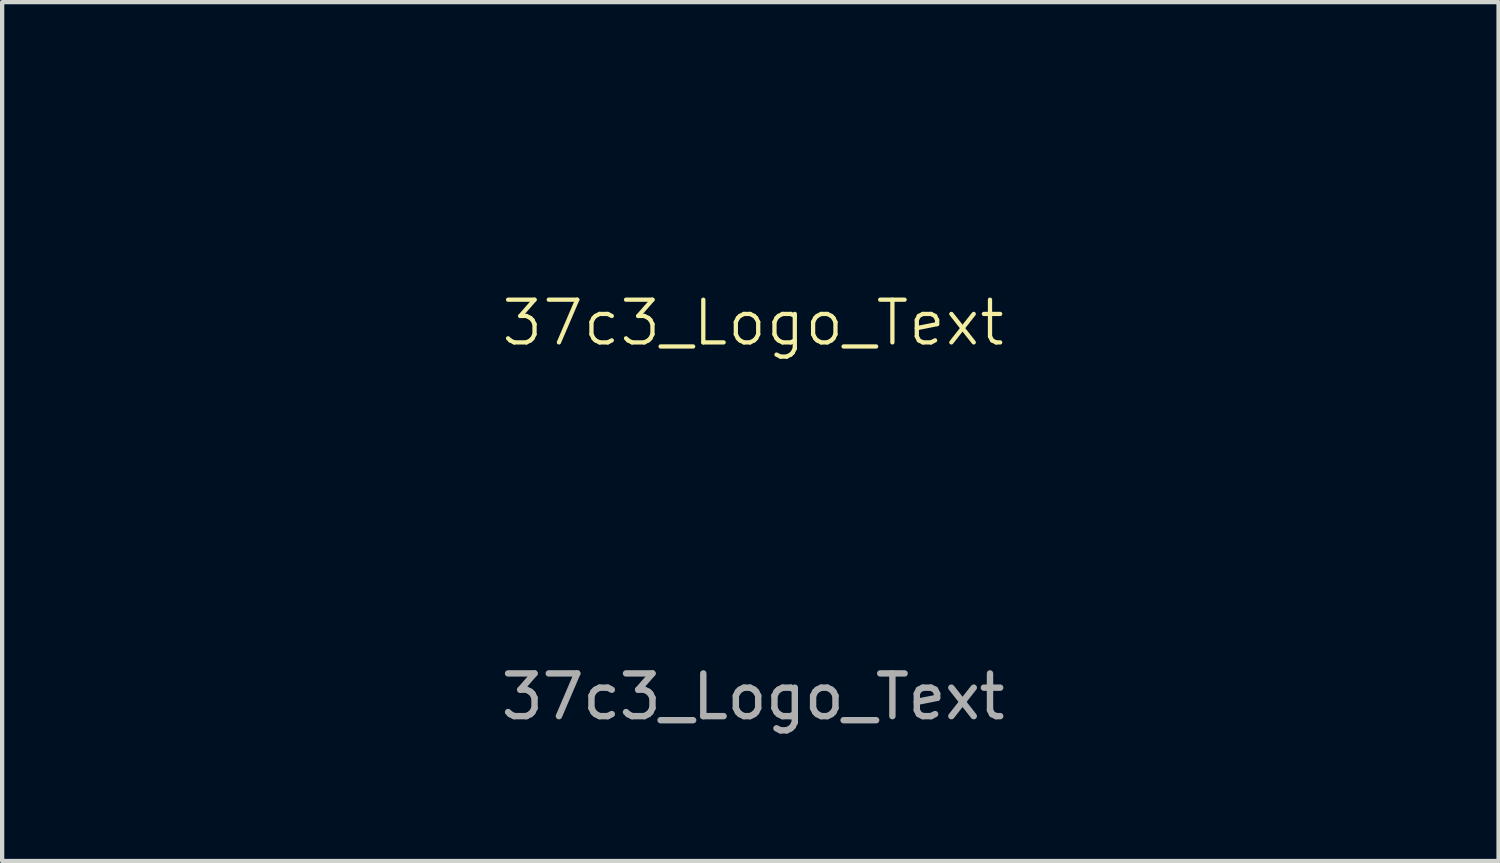
<source format=kicad_pcb>
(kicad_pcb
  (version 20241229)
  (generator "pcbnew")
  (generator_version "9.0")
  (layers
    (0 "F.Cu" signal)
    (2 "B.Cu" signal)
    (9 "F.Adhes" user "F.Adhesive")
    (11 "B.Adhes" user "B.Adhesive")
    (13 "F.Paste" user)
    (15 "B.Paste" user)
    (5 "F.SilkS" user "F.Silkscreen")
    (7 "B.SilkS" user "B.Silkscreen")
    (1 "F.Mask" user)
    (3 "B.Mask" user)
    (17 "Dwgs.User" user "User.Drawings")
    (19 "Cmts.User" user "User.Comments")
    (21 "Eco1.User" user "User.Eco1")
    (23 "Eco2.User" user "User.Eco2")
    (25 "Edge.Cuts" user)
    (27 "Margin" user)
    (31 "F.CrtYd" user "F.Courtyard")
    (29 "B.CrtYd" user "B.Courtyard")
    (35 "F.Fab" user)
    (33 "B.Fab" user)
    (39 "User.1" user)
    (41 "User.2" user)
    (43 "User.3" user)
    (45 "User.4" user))
  (footprint "37c3_Logo_Text"
    (layer "F.Cu")
    (at 14.587 5.011)
    (property "Reference" "37c3_Logo_Text" (at 0 -0.5 0) (unlocked yes) (layer "F.SilkS") (effects (font (size 1 1) (thickness 0.1))))
    (attr smd)
    (fp_poly (pts (xy -6.488 3.52) (xy -6.488 4.495) (xy -5.852 4.495) (xy -5.592 4.497) (xy -5.408 4.503) (xy -5.29 4.514) (xy -5.229 4.53) (xy -5.215 4.548) (xy -5.204 4.63) (xy -5.189 4.696) (xy -5.163 4.792) (xy -5.995 4.792) (xy -6.827 4.792) (xy -6.827 3.668) (xy -6.827 2.544) (xy -6.657 2.544) (xy -6.488 2.544)) (stroke (width 0) (type solid)) (fill yes) (layer "F.Mask"))
    (fp_poly (pts (xy 10.347 2.693) (xy 10.347 2.841) (xy 9.689 2.841) (xy 9.032 2.841) (xy 9.032 3.18) (xy 9.032 3.52) (xy 9.52 3.52) (xy 10.007 3.52) (xy 10.007 3.668) (xy 10.007 3.816) (xy 9.52 3.816) (xy 9.032 3.816) (xy 9.032 4.156) (xy 9.032 4.495) (xy 9.689 4.495) (xy 10.347 4.495) (xy 10.347 4.643) (xy 10.347 4.792) (xy 9.541 4.792) (xy 8.735 4.792) (xy 8.735 3.668) (xy 8.735 2.544) (xy 9.541 2.544) (xy 10.347 2.544)) (stroke (width 0) (type solid)) (fill yes) (layer "F.Mask"))
    (fp_poly (pts (xy -0.832 -4.871) (xy -0.825 -4.792) (xy -0.818 -4.641) (xy -0.812 -4.434) (xy -0.808 -4.183) (xy -0.806 -3.903) (xy -0.806 -3.745) (xy -0.806 -2.752) (xy -2.043 -0.697) (xy -3.28 1.357) (xy -4.932 1.357) (xy -5.362 1.356) (xy -5.715 1.355) (xy -5.995 1.352) (xy -6.21 1.347) (xy -6.366 1.341) (xy -6.469 1.333) (xy -6.526 1.322) (xy -6.543 1.309) (xy -6.541 1.304) (xy -6.51 1.257) (xy -6.439 1.147) (xy -6.335 0.982) (xy -6.203 0.772) (xy -6.049 0.524) (xy -5.877 0.249) (xy -5.693 -0.045) (xy -5.503 -0.35) (xy -5.313 -0.657) (xy -5.127 -0.956) (xy -4.952 -1.239) (xy -4.792 -1.497) (xy -4.654 -1.721) (xy -4.542 -1.903) (xy -4.463 -2.033) (xy -4.424 -2.099) (xy -4.365 -2.207) (xy -4.33 -2.284) (xy -4.326 -2.3) (xy -4.366 -2.308) (xy -4.483 -2.314) (xy -4.665 -2.32) (xy -4.904 -2.325) (xy -5.19 -2.329) (xy -5.513 -2.331) (xy -5.866 -2.332) (xy -5.873 -2.332) (xy -7.421 -2.332) (xy -7.421 -3.668) (xy -7.421 -5.004) (xy -4.14 -5.004) (xy -0.859 -5.004)) (stroke (width 0) (type solid)) (fill yes) (layer "F.Mask"))
    (fp_poly (pts (xy 7.046 -4.911) (xy 7.049 -4.845) (xy 7.052 -4.706) (xy 7.053 -4.504) (xy 7.053 -4.251) (xy 7.052 -3.957) (xy 7.05 -3.634) (xy 7.049 -3.467) (xy 7.037 -2.121) (xy 4.886 -2.11) (xy 2.735 -2.099) (xy 2.723 -1.712) (xy 2.718 -1.529) (xy 2.721 -1.414) (xy 2.734 -1.349) (xy 2.761 -1.316) (xy 2.807 -1.3) (xy 2.808 -1.299) (xy 2.869 -1.294) (xy 3.005 -1.289) (xy 3.21 -1.285) (xy 3.473 -1.281) (xy 3.787 -1.278) (xy 4.142 -1.275) (xy 4.53 -1.273) (xy 4.942 -1.273) (xy 4.972 -1.273) (xy 7.039 -1.272) (xy 7.039 0.042) (xy 7.039 1.357) (xy 4.611 1.35) (xy 4.161 1.349) (xy 3.732 1.347) (xy 3.334 1.344) (xy 2.974 1.342) (xy 2.66 1.339) (xy 2.401 1.336) (xy 2.204 1.333) (xy 2.078 1.33) (xy 2.035 1.328) (xy 1.533 1.244) (xy 1.091 1.102) (xy 0.711 0.902) (xy 0.392 0.643) (xy 0.132 0.324) (xy -0.069 -0.054) (xy -0.117 -0.179) (xy -0.208 -0.456) (xy -0.275 -0.723) (xy -0.319 -1.002) (xy -0.345 -1.314) (xy -0.355 -1.679) (xy -0.356 -1.866) (xy -0.33 -2.462) (xy -0.257 -2.989) (xy -0.136 -3.45) (xy 0.036 -3.847) (xy 0.259 -4.183) (xy 0.535 -4.459) (xy 0.866 -4.68) (xy 1.252 -4.846) (xy 1.445 -4.904) (xy 1.51 -4.919) (xy 1.585 -4.932) (xy 1.679 -4.943) (xy 1.798 -4.953) (xy 1.948 -4.961) (xy 2.137 -4.968) (xy 2.372 -4.973) (xy 2.658 -4.978) (xy 3.003 -4.982) (xy 3.414 -4.986) (xy 3.897 -4.99) (xy 4.375 -4.993) (xy 7.033 -5.008)) (stroke (width 0) (type solid)) (fill yes) (layer "F.Mask"))
    (fp_poly (pts (xy -14.248 3.435) (xy -14.247 3.735) (xy -14.244 3.961) (xy -14.239 4.123) (xy -14.23 4.23) (xy -14.218 4.292) (xy -14.2 4.32) (xy -14.184 4.325) (xy -14.132 4.361) (xy -14.121 4.41) (xy -14.113 4.452) (xy -14.081 4.478) (xy -14.006 4.49) (xy -13.871 4.495) (xy -13.781 4.495) (xy -13.612 4.493) (xy -13.511 4.485) (xy -13.46 4.466) (xy -13.443 4.432) (xy -13.442 4.41) (xy -13.412 4.339) (xy -13.357 4.325) (xy -13.329 4.322) (xy -13.308 4.305) (xy -13.293 4.264) (xy -13.283 4.188) (xy -13.277 4.067) (xy -13.274 3.889) (xy -13.273 3.645) (xy -13.272 3.435) (xy -13.272 2.544) (xy -13.127 2.544) (xy -13.073 2.544) (xy -13.032 2.551) (xy -13.001 2.574) (xy -12.98 2.623) (xy -12.967 2.708) (xy -12.961 2.838) (xy -12.96 3.024) (xy -12.962 3.274) (xy -12.966 3.599) (xy -12.967 3.615) (xy -12.972 3.915) (xy -12.978 4.14) (xy -12.986 4.301) (xy -12.997 4.406) (xy -13.011 4.467) (xy -13.03 4.492) (xy -13.041 4.495) (xy -13.095 4.529) (xy -13.103 4.562) (xy -13.138 4.627) (xy -13.188 4.652) (xy -13.257 4.695) (xy -13.272 4.733) (xy -13.289 4.759) (xy -13.348 4.777) (xy -13.462 4.787) (xy -13.641 4.791) (xy -13.76 4.792) (xy -13.974 4.79) (xy -14.117 4.784) (xy -14.201 4.771) (xy -14.24 4.751) (xy -14.248 4.728) (xy -14.283 4.676) (xy -14.333 4.664) (xy -14.403 4.634) (xy -14.417 4.58) (xy -14.447 4.509) (xy -14.502 4.495) (xy -14.529 4.492) (xy -14.55 4.476) (xy -14.565 4.437) (xy -14.575 4.365) (xy -14.582 4.25) (xy -14.585 4.081) (xy -14.587 3.848) (xy -14.587 3.541) (xy -14.587 3.52) (xy -14.587 2.544) (xy -14.417 2.544) (xy -14.248 2.544)) (stroke (width 0) (type solid)) (fill yes) (layer "F.Mask"))
    (fp_poly (pts (xy 13.477 2.545) (xy 13.652 2.549) (xy 13.766 2.557) (xy 13.831 2.571) (xy 13.861 2.591) (xy 13.866 2.612) (xy 13.902 2.676) (xy 13.951 2.702) (xy 14.02 2.746) (xy 14.036 2.786) (xy 14.071 2.847) (xy 14.121 2.871) (xy 14.15 2.883) (xy 14.172 2.908) (xy 14.187 2.958) (xy 14.197 3.044) (xy 14.202 3.179) (xy 14.205 3.373) (xy 14.205 3.638) (xy 14.205 3.694) (xy 14.204 3.981) (xy 14.201 4.193) (xy 14.194 4.34) (xy 14.183 4.433) (xy 14.167 4.481) (xy 14.147 4.495) (xy 14.09 4.53) (xy 14.066 4.58) (xy 14.019 4.649) (xy 13.976 4.664) (xy 13.917 4.696) (xy 13.909 4.726) (xy 13.894 4.751) (xy 13.845 4.769) (xy 13.747 4.782) (xy 13.591 4.792) (xy 13.365 4.798) (xy 13.293 4.8) (xy 13.071 4.804) (xy 12.879 4.805) (xy 12.733 4.804) (xy 12.648 4.801) (xy 12.636 4.799) (xy 12.622 4.752) (xy 12.612 4.627) (xy 12.603 4.428) (xy 12.597 4.161) (xy 12.594 3.831) (xy 12.594 3.664) (xy 12.594 2.841) (xy 12.933 2.841) (xy 12.933 3.668) (xy 12.933 4.495) (xy 13.336 4.495) (xy 13.523 4.494) (xy 13.641 4.487) (xy 13.706 4.473) (xy 13.734 4.448) (xy 13.739 4.41) (xy 13.769 4.339) (xy 13.824 4.325) (xy 13.856 4.321) (xy 13.879 4.3) (xy 13.894 4.25) (xy 13.903 4.158) (xy 13.907 4.012) (xy 13.908 3.799) (xy 13.909 3.685) (xy 13.908 3.439) (xy 13.905 3.264) (xy 13.897 3.149) (xy 13.884 3.079) (xy 13.864 3.043) (xy 13.835 3.026) (xy 13.828 3.024) (xy 13.75 2.969) (xy 13.726 2.922) (xy 13.707 2.883) (xy 13.664 2.859) (xy 13.581 2.847) (xy 13.439 2.842) (xy 13.319 2.841) (xy 12.933 2.841) (xy 12.594 2.841) (xy 12.594 2.544) (xy 13.23 2.544)) (stroke (width 0) (type solid)) (fill yes) (layer "F.Mask"))
    (fp_poly (pts (xy -10.389 2.777) (xy -10.385 2.912) (xy -10.369 2.982) (xy -10.334 3.008) (xy -10.304 3.011) (xy -10.233 3.041) (xy -10.219 3.095) (xy -10.189 3.166) (xy -10.135 3.18) (xy -10.064 3.21) (xy -10.05 3.265) (xy -10.02 3.336) (xy -9.965 3.35) (xy -9.894 3.38) (xy -9.88 3.435) (xy -9.854 3.504) (xy -9.817 3.52) (xy -9.761 3.554) (xy -9.753 3.587) (xy -9.717 3.652) (xy -9.672 3.676) (xy -9.594 3.731) (xy -9.57 3.778) (xy -9.523 3.845) (xy -9.481 3.859) (xy -9.455 3.849) (xy -9.437 3.814) (xy -9.425 3.739) (xy -9.418 3.615) (xy -9.414 3.428) (xy -9.414 3.202) (xy -9.414 2.544) (xy -9.244 2.544) (xy -9.074 2.544) (xy -9.074 3.668) (xy -9.074 4.792) (xy -9.244 4.792) (xy -9.414 4.792) (xy -9.414 4.558) (xy -9.417 4.424) (xy -9.433 4.353) (xy -9.469 4.328) (xy -9.498 4.325) (xy -9.569 4.295) (xy -9.583 4.24) (xy -9.608 4.172) (xy -9.642 4.156) (xy -9.699 4.12) (xy -9.723 4.071) (xy -9.767 4.002) (xy -9.808 3.986) (xy -9.868 3.95) (xy -9.892 3.901) (xy -9.939 3.832) (xy -9.982 3.816) (xy -10.041 3.784) (xy -10.05 3.753) (xy -10.085 3.701) (xy -10.135 3.689) (xy -10.205 3.659) (xy -10.219 3.604) (xy -10.249 3.533) (xy -10.304 3.52) (xy -10.337 3.524) (xy -10.36 3.545) (xy -10.375 3.595) (xy -10.384 3.688) (xy -10.388 3.835) (xy -10.389 4.05) (xy -10.389 4.151) (xy -10.389 4.394) (xy -10.392 4.565) (xy -10.398 4.678) (xy -10.411 4.745) (xy -10.432 4.78) (xy -10.462 4.795) (xy -10.486 4.8) (xy -10.585 4.808) (xy -10.634 4.802) (xy -10.651 4.774) (xy -10.664 4.697) (xy -10.674 4.565) (xy -10.68 4.371) (xy -10.684 4.108) (xy -10.686 3.769) (xy -10.686 3.664) (xy -10.686 2.544) (xy -10.537 2.544) (xy -10.389 2.544)) (stroke (width 0) (type solid)) (fill yes) (layer "F.Mask"))
    (fp_poly (pts (xy 10.272 -4.992) (xy 10.81 -4.988) (xy 11.27 -4.984) (xy 11.659 -4.979) (xy 11.984 -4.974) (xy 12.253 -4.968) (xy 12.473 -4.962) (xy 12.651 -4.954) (xy 12.793 -4.944) (xy 12.908 -4.933) (xy 13.001 -4.92) (xy 13.081 -4.905) (xy 13.103 -4.901) (xy 13.477 -4.793) (xy 13.778 -4.657) (xy 14.016 -4.488) (xy 14.092 -4.414) (xy 14.232 -4.245) (xy 14.33 -4.072) (xy 14.393 -3.876) (xy 14.427 -3.638) (xy 14.438 -3.338) (xy 14.439 -3.308) (xy 14.433 -3.045) (xy 14.41 -2.844) (xy 14.365 -2.681) (xy 14.289 -2.534) (xy 14.175 -2.38) (xy 14.142 -2.34) (xy 14.002 -2.217) (xy 13.801 -2.096) (xy 13.563 -1.988) (xy 13.311 -1.904) (xy 13.125 -1.863) (xy 12.959 -1.833) (xy 12.861 -1.804) (xy 12.816 -1.771) (xy 12.806 -1.733) (xy 12.839 -1.666) (xy 12.89 -1.654) (xy 12.994 -1.64) (xy 13.152 -1.604) (xy 13.338 -1.553) (xy 13.527 -1.495) (xy 13.694 -1.436) (xy 13.803 -1.39) (xy 14.046 -1.229) (xy 14.249 -1.018) (xy 14.345 -0.869) (xy 14.4 -0.71) (xy 14.438 -0.495) (xy 14.457 -0.25) (xy 14.456 -0.001) (xy 14.434 0.225) (xy 14.399 0.372) (xy 14.285 0.617) (xy 14.114 0.822) (xy 13.882 0.99) (xy 13.585 1.124) (xy 13.217 1.226) (xy 12.775 1.298) (xy 12.643 1.312) (xy 12.51 1.321) (xy 12.303 1.33) (xy 12.03 1.337) (xy 11.701 1.344) (xy 11.326 1.349) (xy 10.914 1.353) (xy 10.476 1.356) (xy 10.019 1.357) (xy 9.981 1.357) (xy 7.758 1.357) (xy 7.77 0.329) (xy 7.781 -0.7) (xy 9.509 -0.711) (xy 11.237 -0.722) (xy 11.237 -0.912) (xy 11.23 -1.033) (xy 11.206 -1.09) (xy 11.163 -1.102) (xy 11.075 -1.105) (xy 10.921 -1.112) (xy 10.715 -1.123) (xy 10.47 -1.138) (xy 10.201 -1.154) (xy 9.921 -1.171) (xy 9.645 -1.189) (xy 9.384 -1.206) (xy 9.155 -1.222) (xy 8.969 -1.236) (xy 8.842 -1.247) (xy 8.788 -1.253) (xy 8.746 -1.267) (xy 8.718 -1.296) (xy 8.702 -1.357) (xy 8.695 -1.465) (xy 8.693 -1.636) (xy 8.693 -1.718) (xy 8.694 -1.918) (xy 8.7 -2.048) (xy 8.713 -2.122) (xy 8.735 -2.156) (xy 8.767 -2.163) (xy 8.829 -2.166) (xy 8.963 -2.173) (xy 9.156 -2.184) (xy 9.395 -2.198) (xy 9.669 -2.215) (xy 9.859 -2.226) (xy 10.155 -2.244) (xy 10.434 -2.26) (xy 10.679 -2.273) (xy 10.877 -2.283) (xy 11.014 -2.288) (xy 11.059 -2.289) (xy 11.242 -2.29) (xy 11.229 -2.491) (xy 11.216 -2.693) (xy 9.488 -2.704) (xy 7.76 -2.715) (xy 7.76 -3.863) (xy 7.76 -5.011)) (stroke (width 0) (type solid)) (fill yes) (layer "F.Mask"))
    (fp_poly (pts (xy -1.916 2.545) (xy -1.782 2.55) (xy -1.704 2.561) (xy -1.666 2.581) (xy -1.654 2.613) (xy -1.654 2.629) (xy -1.624 2.7) (xy -1.569 2.714) (xy -1.499 2.742) (xy -1.484 2.781) (xy -1.449 2.846) (xy -1.399 2.871) (xy -1.37 2.883) (xy -1.348 2.908) (xy -1.333 2.958) (xy -1.323 3.044) (xy -1.318 3.179) (xy -1.315 3.373) (xy -1.315 3.638) (xy -1.315 3.694) (xy -1.315 3.973) (xy -1.317 4.178) (xy -1.321 4.321) (xy -1.33 4.413) (xy -1.344 4.465) (xy -1.364 4.489) (xy -1.391 4.495) (xy -1.399 4.495) (xy -1.47 4.525) (xy -1.484 4.58) (xy -1.514 4.651) (xy -1.569 4.664) (xy -1.638 4.691) (xy -1.654 4.728) (xy -1.667 4.756) (xy -1.715 4.775) (xy -1.811 4.786) (xy -1.968 4.791) (xy -2.141 4.792) (xy -2.356 4.79) (xy -2.498 4.784) (xy -2.582 4.771) (xy -2.621 4.751) (xy -2.629 4.728) (xy -2.663 4.673) (xy -2.697 4.664) (xy -2.761 4.629) (xy -2.786 4.58) (xy -2.829 4.511) (xy -2.867 4.495) (xy -2.888 4.481) (xy -2.904 4.432) (xy -2.915 4.339) (xy -2.921 4.19) (xy -2.925 3.977) (xy -2.926 3.694) (xy -2.926 3.668) (xy -2.587 3.668) (xy -2.586 3.922) (xy -2.581 4.102) (xy -2.573 4.221) (xy -2.56 4.29) (xy -2.54 4.32) (xy -2.523 4.325) (xy -2.471 4.361) (xy -2.459 4.41) (xy -2.452 4.452) (xy -2.42 4.478) (xy -2.345 4.49) (xy -2.21 4.495) (xy -2.12 4.495) (xy -1.951 4.493) (xy -1.85 4.485) (xy -1.799 4.466) (xy -1.782 4.432) (xy -1.781 4.41) (xy -1.751 4.339) (xy -1.696 4.325) (xy -1.66 4.32) (xy -1.636 4.295) (xy -1.622 4.237) (xy -1.614 4.131) (xy -1.612 3.962) (xy -1.612 3.827) (xy -1.616 3.517) (xy -1.628 3.287) (xy -1.649 3.129) (xy -1.68 3.039) (xy -1.72 3.011) (xy -1.776 2.975) (xy -1.802 2.926) (xy -1.827 2.881) (xy -1.877 2.855) (xy -1.974 2.844) (xy -2.127 2.841) (xy -2.285 2.844) (xy -2.379 2.856) (xy -2.426 2.882) (xy -2.447 2.926) (xy -2.49 2.995) (xy -2.528 3.011) (xy -2.551 3.026) (xy -2.567 3.078) (xy -2.578 3.178) (xy -2.584 3.338) (xy -2.586 3.567) (xy -2.587 3.668) (xy -2.926 3.668) (xy -2.925 3.415) (xy -2.923 3.209) (xy -2.919 3.065) (xy -2.91 2.97) (xy -2.896 2.915) (xy -2.875 2.886) (xy -2.847 2.873) (xy -2.841 2.871) (xy -2.772 2.827) (xy -2.756 2.786) (xy -2.721 2.726) (xy -2.671 2.702) (xy -2.602 2.655) (xy -2.587 2.612) (xy -2.576 2.582) (xy -2.533 2.562) (xy -2.446 2.551) (xy -2.299 2.545) (xy -2.12 2.544)) (stroke (width 0) (type solid)) (fill yes) (layer "F.Mask"))
    (fp_poly (pts (xy 1.969 2.545) (xy 2.108 2.55) (xy 2.191 2.56) (xy 2.233 2.579) (xy 2.246 2.608) (xy 2.247 2.629) (xy 2.277 2.7) (xy 2.332 2.714) (xy 2.403 2.744) (xy 2.417 2.799) (xy 2.444 2.868) (xy 2.481 2.883) (xy 2.537 2.912) (xy 2.545 2.936) (xy 2.556 3.018) (xy 2.571 3.085) (xy 2.579 3.145) (xy 2.547 3.173) (xy 2.455 3.18) (xy 2.422 3.18) (xy 2.309 3.174) (xy 2.258 3.146) (xy 2.247 3.095) (xy 2.217 3.025) (xy 2.163 3.011) (xy 2.092 2.981) (xy 2.078 2.926) (xy 2.07 2.883) (xy 2.036 2.857) (xy 1.957 2.845) (xy 1.817 2.841) (xy 1.76 2.841) (xy 1.597 2.843) (xy 1.502 2.852) (xy 1.456 2.873) (xy 1.442 2.911) (xy 1.442 2.926) (xy 1.412 2.997) (xy 1.357 3.011) (xy 1.325 3.015) (xy 1.302 3.035) (xy 1.287 3.084) (xy 1.278 3.175) (xy 1.274 3.319) (xy 1.272 3.529) (xy 1.272 3.668) (xy 1.273 3.917) (xy 1.275 4.094) (xy 1.282 4.21) (xy 1.293 4.28) (xy 1.312 4.313) (xy 1.339 4.324) (xy 1.357 4.325) (xy 1.428 4.355) (xy 1.442 4.41) (xy 1.449 4.453) (xy 1.483 4.479) (xy 1.562 4.491) (xy 1.703 4.495) (xy 1.76 4.495) (xy 1.922 4.493) (xy 2.018 4.484) (xy 2.064 4.463) (xy 2.077 4.425) (xy 2.078 4.41) (xy 2.108 4.339) (xy 2.163 4.325) (xy 2.233 4.295) (xy 2.247 4.24) (xy 2.265 4.181) (xy 2.332 4.158) (xy 2.391 4.156) (xy 2.491 4.166) (xy 2.539 4.213) (xy 2.56 4.288) (xy 2.581 4.411) (xy 2.577 4.472) (xy 2.542 4.493) (xy 2.502 4.495) (xy 2.431 4.523) (xy 2.417 4.562) (xy 2.381 4.627) (xy 2.332 4.652) (xy 2.263 4.695) (xy 2.247 4.733) (xy 2.23 4.759) (xy 2.172 4.777) (xy 2.058 4.787) (xy 1.879 4.791) (xy 1.76 4.792) (xy 1.546 4.79) (xy 1.403 4.784) (xy 1.319 4.771) (xy 1.28 4.751) (xy 1.272 4.728) (xy 1.237 4.676) (xy 1.187 4.664) (xy 1.116 4.634) (xy 1.103 4.585) (xy 1.067 4.51) (xy 1.018 4.483) (xy 0.988 4.471) (xy 0.966 4.445) (xy 0.951 4.395) (xy 0.941 4.308) (xy 0.936 4.172) (xy 0.933 3.976) (xy 0.933 3.709) (xy 0.933 3.672) (xy 0.933 3.396) (xy 0.935 3.193) (xy 0.94 3.052) (xy 0.949 2.962) (xy 0.963 2.911) (xy 0.983 2.889) (xy 1.011 2.884) (xy 1.018 2.883) (xy 1.089 2.853) (xy 1.103 2.799) (xy 1.132 2.728) (xy 1.187 2.714) (xy 1.258 2.684) (xy 1.272 2.629) (xy 1.277 2.593) (xy 1.302 2.568) (xy 1.362 2.554) (xy 1.47 2.547) (xy 1.641 2.544) (xy 1.76 2.544)) (stroke (width 0) (type solid)) (fill yes) (layer "F.Mask"))
    (fp_poly (pts (xy 5.078 2.554) (xy 5.126 2.601) (xy 5.147 2.677) (xy 5.159 2.782) (xy 5.169 2.941) (xy 5.173 3.124) (xy 5.173 3.164) (xy 5.176 3.343) (xy 5.186 3.452) (xy 5.206 3.506) (xy 5.237 3.52) (xy 5.289 3.484) (xy 5.301 3.435) (xy 5.33 3.364) (xy 5.385 3.35) (xy 5.456 3.32) (xy 5.47 3.265) (xy 5.5 3.194) (xy 5.555 3.18) (xy 5.626 3.15) (xy 5.64 3.095) (xy 5.67 3.025) (xy 5.725 3.011) (xy 5.795 2.981) (xy 5.809 2.926) (xy 5.839 2.855) (xy 5.894 2.841) (xy 5.963 2.817) (xy 5.979 2.782) (xy 6.014 2.725) (xy 6.064 2.702) (xy 6.133 2.655) (xy 6.149 2.612) (xy 6.176 2.563) (xy 6.268 2.545) (xy 6.297 2.544) (xy 6.397 2.551) (xy 6.437 2.588) (xy 6.445 2.68) (xy 6.445 2.688) (xy 6.431 2.797) (xy 6.379 2.848) (xy 6.361 2.853) (xy 6.292 2.9) (xy 6.276 2.943) (xy 6.244 3.002) (xy 6.212 3.011) (xy 6.16 3.046) (xy 6.149 3.095) (xy 6.119 3.166) (xy 6.064 3.18) (xy 5.993 3.21) (xy 5.979 3.265) (xy 5.949 3.336) (xy 5.894 3.35) (xy 5.823 3.38) (xy 5.809 3.435) (xy 5.779 3.506) (xy 5.725 3.52) (xy 5.665 3.537) (xy 5.642 3.604) (xy 5.64 3.663) (xy 5.654 3.772) (xy 5.707 3.823) (xy 5.725 3.829) (xy 5.794 3.875) (xy 5.809 3.918) (xy 5.844 3.977) (xy 5.877 3.986) (xy 5.941 4.022) (xy 5.967 4.071) (xy 6.009 4.14) (xy 6.048 4.156) (xy 6.095 4.191) (xy 6.106 4.24) (xy 6.136 4.311) (xy 6.191 4.325) (xy 6.262 4.355) (xy 6.276 4.41) (xy 6.306 4.481) (xy 6.361 4.495) (xy 6.419 4.511) (xy 6.443 4.576) (xy 6.445 4.643) (xy 6.44 4.738) (xy 6.409 4.78) (xy 6.326 4.791) (xy 6.276 4.792) (xy 6.158 4.781) (xy 6.109 4.746) (xy 6.106 4.728) (xy 6.072 4.672) (xy 6.043 4.664) (xy 5.991 4.629) (xy 5.979 4.58) (xy 5.949 4.509) (xy 5.894 4.495) (xy 5.823 4.465) (xy 5.809 4.41) (xy 5.779 4.339) (xy 5.725 4.325) (xy 5.654 4.295) (xy 5.64 4.24) (xy 5.61 4.17) (xy 5.555 4.156) (xy 5.484 4.126) (xy 5.47 4.071) (xy 5.44 4) (xy 5.385 3.986) (xy 5.314 3.956) (xy 5.301 3.901) (xy 5.274 3.832) (xy 5.237 3.816) (xy 5.209 3.829) (xy 5.19 3.878) (xy 5.179 3.974) (xy 5.174 4.132) (xy 5.173 4.299) (xy 5.173 4.782) (xy 5.053 4.8) (xy 4.948 4.807) (xy 4.883 4.801) (xy 4.867 4.769) (xy 4.854 4.679) (xy 4.845 4.528) (xy 4.839 4.308) (xy 4.835 4.015) (xy 4.834 3.664) (xy 4.834 2.544) (xy 4.977 2.544)) (stroke (width 0) (type solid)) (fill yes) (layer "F.Mask"))
    (fp_poly (pts (xy -12.075 -4.992) (xy -11.537 -4.988) (xy -11.077 -4.984) (xy -10.687 -4.979) (xy -10.361 -4.974) (xy -10.092 -4.968) (xy -9.872 -4.961) (xy -9.694 -4.953) (xy -9.551 -4.944) (xy -9.437 -4.933) (xy -9.343 -4.92) (xy -9.264 -4.905) (xy -9.244 -4.901) (xy -8.857 -4.787) (xy -8.541 -4.638) (xy -8.292 -4.448) (xy -8.102 -4.213) (xy -8.03 -4.084) (xy -7.973 -3.954) (xy -7.936 -3.825) (xy -7.913 -3.671) (xy -7.899 -3.464) (xy -7.897 -3.42) (xy -7.891 -3.205) (xy -7.896 -3.047) (xy -7.916 -2.92) (xy -7.952 -2.796) (xy -7.97 -2.749) (xy -8.117 -2.475) (xy -8.334 -2.244) (xy -8.614 -2.059) (xy -8.95 -1.925) (xy -9.229 -1.862) (xy -9.393 -1.832) (xy -9.488 -1.803) (xy -9.532 -1.769) (xy -9.541 -1.733) (xy -9.51 -1.668) (xy -9.444 -1.654) (xy -9.325 -1.637) (xy -9.153 -1.593) (xy -8.952 -1.529) (xy -8.746 -1.455) (xy -8.559 -1.378) (xy -8.414 -1.307) (xy -8.367 -1.277) (xy -8.16 -1.09) (xy -8.014 -0.867) (xy -7.926 -0.599) (xy -7.889 -0.274) (xy -7.887 -0.173) (xy -7.898 0.09) (xy -7.934 0.298) (xy -8.003 0.481) (xy -8.111 0.662) (xy -8.284 0.856) (xy -8.52 1.015) (xy -8.824 1.143) (xy -9.199 1.24) (xy -9.649 1.308) (xy -9.711 1.314) (xy -9.832 1.322) (xy -10.028 1.33) (xy -10.289 1.337) (xy -10.606 1.343) (xy -10.968 1.348) (xy -11.366 1.352) (xy -11.79 1.355) (xy -12.231 1.356) (xy -12.35 1.356) (xy -14.587 1.357) (xy -14.587 0.318) (xy -14.587 -0.721) (xy -12.845 -0.721) (xy -11.102 -0.721) (xy -11.132 -0.901) (xy -11.152 -1.013) (xy -11.166 -1.081) (xy -11.169 -1.089) (xy -11.211 -1.094) (xy -11.327 -1.103) (xy -11.506 -1.115) (xy -11.737 -1.129) (xy -12.01 -1.146) (xy -12.312 -1.164) (xy -12.341 -1.165) (xy -12.651 -1.184) (xy -12.937 -1.202) (xy -13.187 -1.219) (xy -13.389 -1.233) (xy -13.531 -1.245) (xy -13.6 -1.253) (xy -13.601 -1.253) (xy -13.644 -1.267) (xy -13.672 -1.296) (xy -13.687 -1.358) (xy -13.694 -1.466) (xy -13.696 -1.639) (xy -13.696 -1.712) (xy -13.696 -2.15) (xy -13.325 -2.177) (xy -13.166 -2.187) (xy -12.942 -2.201) (xy -12.674 -2.217) (xy -12.382 -2.233) (xy -12.086 -2.25) (xy -12.064 -2.251) (xy -11.797 -2.267) (xy -11.559 -2.283) (xy -11.363 -2.3) (xy -11.221 -2.315) (xy -11.147 -2.327) (xy -11.14 -2.33) (xy -11.125 -2.388) (xy -11.129 -2.495) (xy -11.135 -2.538) (xy -11.163 -2.716) (xy -12.822 -2.714) (xy -13.19 -2.713) (xy -13.533 -2.713) (xy -13.84 -2.713) (xy -14.103 -2.713) (xy -14.312 -2.713) (xy -14.457 -2.713) (xy -14.529 -2.713) (xy -14.534 -2.713) (xy -14.551 -2.732) (xy -14.563 -2.793) (xy -14.573 -2.904) (xy -14.58 -3.071) (xy -14.584 -3.304) (xy -14.587 -3.609) (xy -14.587 -3.862) (xy -14.587 -5.011)) (stroke (width 0) (type solid)) (fill yes) (layer "F.Mask"))
    (fp_text user "${REFERENCE}" (at 0 8.255 0) (unlocked yes) (layer "F.Fab") (effects (font (size 1 1) (thickness 0.15)))))
  (gr_rect
    (start -3 -3)
    (end 32.044 17.114)
    (stroke (width 0.1) (type default))
    (fill no)
    (layer "Edge.Cuts")))
</source>
